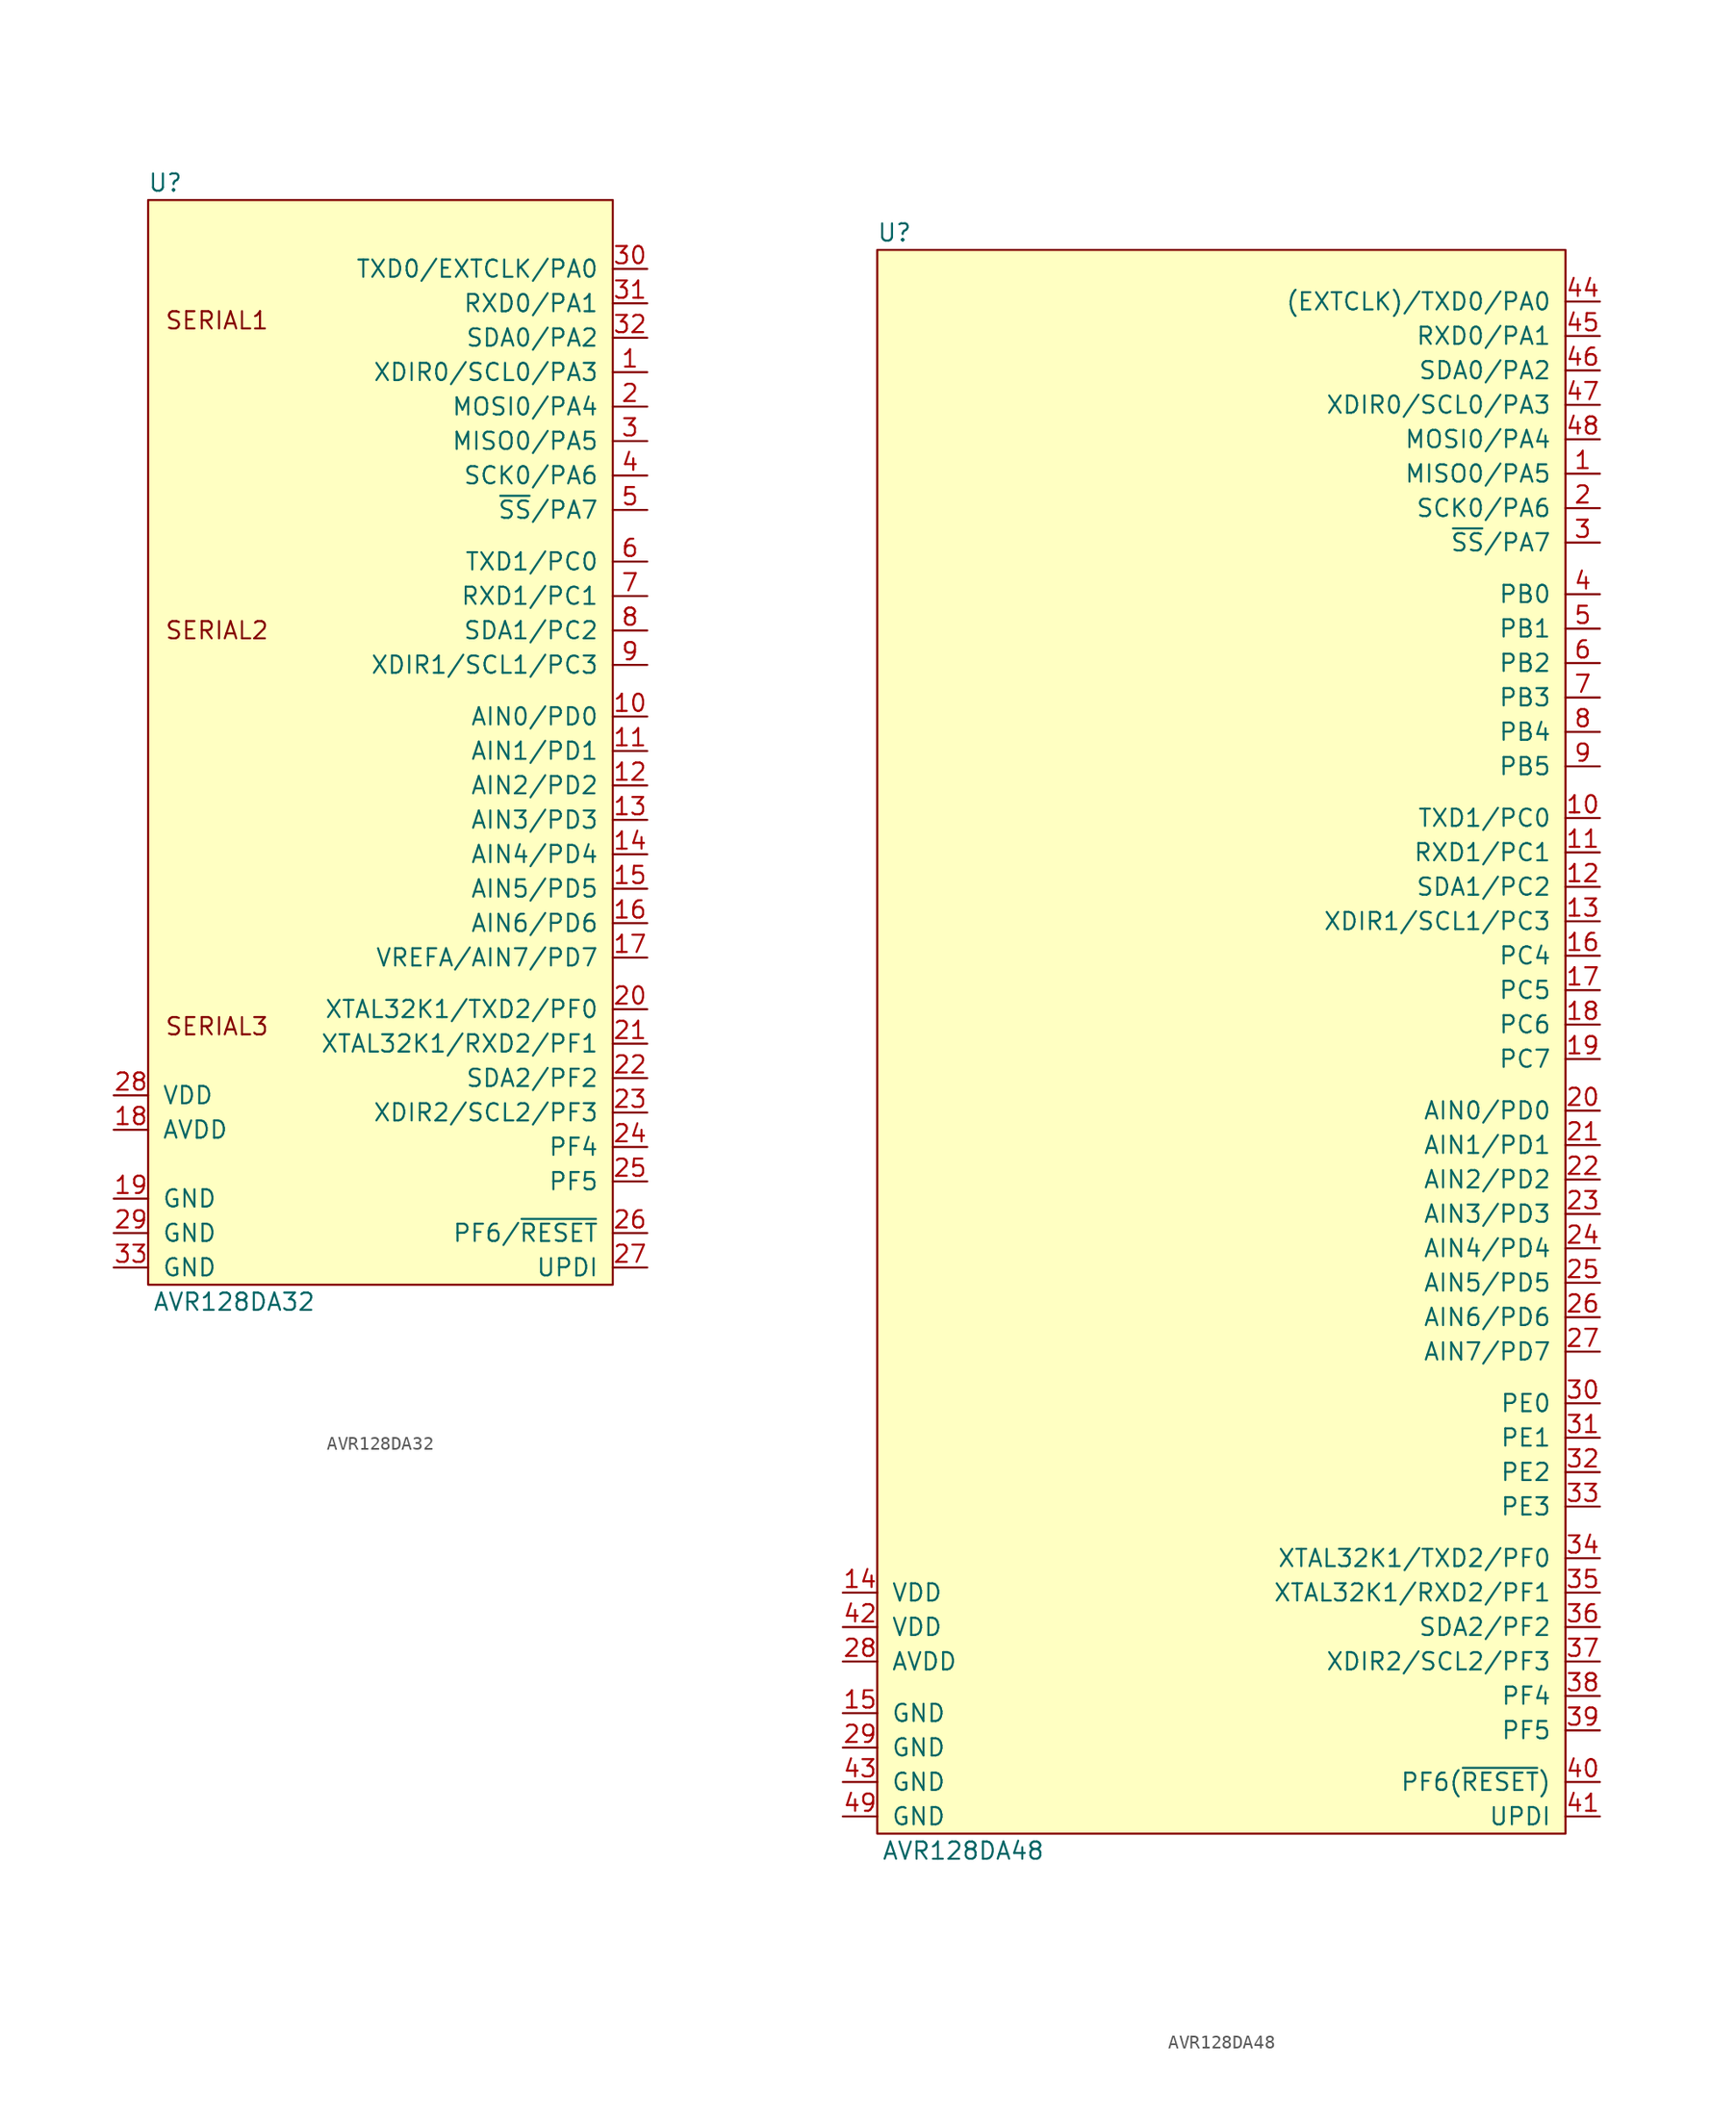
<source format=kicad_sym>
(kicad_symbol_lib
  (version 20211014)
  (generator kicad_symbol_editor)
  (symbol "AVR128DA32"
    (pin_names
      (offset 1.016))
    (property "Reference" "U"
      (at 1.27 81.28 0)
      (effects (font (size 1.27 1.27))))
    (property "Value" "AVR128DA32"
      (at 6.35 -1.27 0)
      (effects (font (size 1.27 1.27))))
    (symbol "AVR128DA32_0_0"
      (text "SERIAL1" (at 5.08 71.12 0) (effects (font (size 1.27 1.27))))
      (text "SERIAL2" (at 5.08 48.26 0) (effects (font (size 1.27 1.27))))
      (text "SERIAL3" (at 5.08 19.05 0) (effects (font (size 1.27 1.27)))))
    (symbol "AVR128DA32_0_1"
      (rectangle (start 0 0) (end 34.29 80.01) (stroke (width 0) (type default) (color 0 0 0 0)) (fill (type background))))
    (symbol "AVR128DA32_1_1"
      (pin bidirectional line (at 36.83 67.31 180) (length 2.54) (name "XDIR0/SCL0/PA3" (effects (font (size 1.27 1.27)))) (number "1" (effects (font (size 1.27 1.27)))))
      (pin bidirectional line (at 36.83 41.91 180) (length 2.54) (name "AIN0/PD0" (effects (font (size 1.27 1.27)))) (number "10" (effects (font (size 1.27 1.27)))))
      (pin bidirectional line (at 36.83 39.37 180) (length 2.54) (name "AIN1/PD1" (effects (font (size 1.27 1.27)))) (number "11" (effects (font (size 1.27 1.27)))))
      (pin bidirectional line (at 36.83 36.83 180) (length 2.54) (name "AIN2/PD2" (effects (font (size 1.27 1.27)))) (number "12" (effects (font (size 1.27 1.27)))))
      (pin bidirectional line (at 36.83 34.29 180) (length 2.54) (name "AIN3/PD3" (effects (font (size 1.27 1.27)))) (number "13" (effects (font (size 1.27 1.27)))))
      (pin bidirectional line (at 36.83 31.75 180) (length 2.54) (name "AIN4/PD4" (effects (font (size 1.27 1.27)))) (number "14" (effects (font (size 1.27 1.27)))))
      (pin bidirectional line (at 36.83 29.21 180) (length 2.54) (name "AIN5/PD5" (effects (font (size 1.27 1.27)))) (number "15" (effects (font (size 1.27 1.27)))))
      (pin bidirectional line (at 36.83 26.67 180) (length 2.54) (name "AIN6/PD6" (effects (font (size 1.27 1.27)))) (number "16" (effects (font (size 1.27 1.27)))))
      (pin bidirectional line (at 36.83 24.13 180) (length 2.54) (name "VREFA/AIN7/PD7" (effects (font (size 1.27 1.27)))) (number "17" (effects (font (size 1.27 1.27)))))
      (pin power_in line (at -2.54 11.43 0) (length 2.54) (name "AVDD" (effects (font (size 1.27 1.27)))) (number "18" (effects (font (size 1.27 1.27)))))
      (pin power_in line (at -2.54 6.35 0) (length 2.54) (name "GND" (effects (font (size 1.27 1.27)))) (number "19" (effects (font (size 1.27 1.27)))))
      (pin bidirectional line (at 36.83 64.77 180) (length 2.54) (name "MOSI0/PA4" (effects (font (size 1.27 1.27)))) (number "2" (effects (font (size 1.27 1.27)))))
      (pin bidirectional line (at 36.83 20.32 180) (length 2.54) (name "XTAL32K1/TXD2/PF0" (effects (font (size 1.27 1.27)))) (number "20" (effects (font (size 1.27 1.27)))))
      (pin bidirectional line (at 36.83 17.78 180) (length 2.54) (name "XTAL32K1/RXD2/PF1" (effects (font (size 1.27 1.27)))) (number "21" (effects (font (size 1.27 1.27)))))
      (pin bidirectional line (at 36.83 15.24 180) (length 2.54) (name "SDA2/PF2" (effects (font (size 1.27 1.27)))) (number "22" (effects (font (size 1.27 1.27)))))
      (pin bidirectional line (at 36.83 12.7 180) (length 2.54) (name "XDIR2/SCL2/PF3" (effects (font (size 1.27 1.27)))) (number "23" (effects (font (size 1.27 1.27)))))
      (pin bidirectional line (at 36.83 10.16 180) (length 2.54) (name "PF4" (effects (font (size 1.27 1.27)))) (number "24" (effects (font (size 1.27 1.27)))))
      (pin bidirectional line (at 36.83 7.62 180) (length 2.54) (name "PF5" (effects (font (size 1.27 1.27)))) (number "25" (effects (font (size 1.27 1.27)))))
      (pin input line (at 36.83 3.81 180) (length 2.54) (name "PF6/~{RESET}" (effects (font (size 1.27 1.27)))) (number "26" (effects (font (size 1.27 1.27)))))
      (pin input line (at 36.83 1.27 180) (length 2.54) (name "UPDI" (effects (font (size 1.27 1.27)))) (number "27" (effects (font (size 1.27 1.27)))))
      (pin power_in line (at -2.54 13.97 0) (length 2.54) (name "VDD" (effects (font (size 1.27 1.27)))) (number "28" (effects (font (size 1.27 1.27)))))
      (pin power_in line (at -2.54 3.81 0) (length 2.54) (name "GND" (effects (font (size 1.27 1.27)))) (number "29" (effects (font (size 1.27 1.27)))))
      (pin bidirectional line (at 36.83 62.23 180) (length 2.54) (name "MISO0/PA5" (effects (font (size 1.27 1.27)))) (number "3" (effects (font (size 1.27 1.27)))))
      (pin bidirectional line (at 36.83 74.93 180) (length 2.54) (name "TXD0/EXTCLK/PA0" (effects (font (size 1.27 1.27)))) (number "30" (effects (font (size 1.27 1.27)))))
      (pin bidirectional line (at 36.83 72.39 180) (length 2.54) (name "RXD0/PA1" (effects (font (size 1.27 1.27)))) (number "31" (effects (font (size 1.27 1.27)))))
      (pin bidirectional line (at 36.83 69.85 180) (length 2.54) (name "SDA0/PA2" (effects (font (size 1.27 1.27)))) (number "32" (effects (font (size 1.27 1.27)))))
      (pin power_in line (at -2.54 1.27 0) (length 2.54) (name "GND" (effects (font (size 1.27 1.27)))) (number "33" (effects (font (size 1.27 1.27)))))
      (pin bidirectional line (at 36.83 59.69 180) (length 2.54) (name "SCK0/PA6" (effects (font (size 1.27 1.27)))) (number "4" (effects (font (size 1.27 1.27)))))
      (pin bidirectional line (at 36.83 57.15 180) (length 2.54) (name "~{SS}/PA7" (effects (font (size 1.27 1.27)))) (number "5" (effects (font (size 1.27 1.27)))))
      (pin bidirectional line (at 36.83 53.34 180) (length 2.54) (name "TXD1/PC0" (effects (font (size 1.27 1.27)))) (number "6" (effects (font (size 1.27 1.27)))))
      (pin bidirectional line (at 36.83 50.8 180) (length 2.54) (name "RXD1/PC1" (effects (font (size 1.27 1.27)))) (number "7" (effects (font (size 1.27 1.27)))))
      (pin bidirectional line (at 36.83 48.26 180) (length 2.54) (name "SDA1/PC2" (effects (font (size 1.27 1.27)))) (number "8" (effects (font (size 1.27 1.27)))))
      (pin bidirectional line (at 36.83 45.72 180) (length 2.54) (name "XDIR1/SCL1/PC3" (effects (font (size 1.27 1.27)))) (number "9" (effects (font (size 1.27 1.27)))))))
  (symbol "AVR128DA48"
    (pin_names
      (offset 1.016))
    (property "Reference" "U"
      (at 1.27 118.11 0)
      (effects (font (size 1.27 1.27))))
    (property "Value" "AVR128DA48"
      (at 6.35 -1.27 0)
      (effects (font (size 1.27 1.27))))
    (symbol "AVR128DA48_0_1"
      (rectangle (start 0 116.84) (end 50.8 0) (stroke (width 0) (type default) (color 0 0 0 0)) (fill (type background))))
    (symbol "AVR128DA48_1_1"
      (pin bidirectional line (at 53.34 100.33 180) (length 2.54) (name "MISO0/PA5" (effects (font (size 1.27 1.27)))) (number "1" (effects (font (size 1.27 1.27)))))
      (pin bidirectional line (at 53.34 74.93 180) (length 2.54) (name "TXD1/PC0" (effects (font (size 1.27 1.27)))) (number "10" (effects (font (size 1.27 1.27)))))
      (pin bidirectional line (at 53.34 72.39 180) (length 2.54) (name "RXD1/PC1" (effects (font (size 1.27 1.27)))) (number "11" (effects (font (size 1.27 1.27)))))
      (pin bidirectional line (at 53.34 69.85 180) (length 2.54) (name "SDA1/PC2" (effects (font (size 1.27 1.27)))) (number "12" (effects (font (size 1.27 1.27)))))
      (pin bidirectional line (at 53.34 67.31 180) (length 2.54) (name "XDIR1/SCL1/PC3" (effects (font (size 1.27 1.27)))) (number "13" (effects (font (size 1.27 1.27)))))
      (pin power_in line (at -2.54 17.78 0) (length 2.54) (name "VDD" (effects (font (size 1.27 1.27)))) (number "14" (effects (font (size 1.27 1.27)))))
      (pin power_in line (at -2.54 8.89 0) (length 2.54) (name "GND" (effects (font (size 1.27 1.27)))) (number "15" (effects (font (size 1.27 1.27)))))
      (pin bidirectional line (at 53.34 64.77 180) (length 2.54) (name "PC4" (effects (font (size 1.27 1.27)))) (number "16" (effects (font (size 1.27 1.27)))))
      (pin bidirectional line (at 53.34 62.23 180) (length 2.54) (name "PC5" (effects (font (size 1.27 1.27)))) (number "17" (effects (font (size 1.27 1.27)))))
      (pin bidirectional line (at 53.34 59.69 180) (length 2.54) (name "PC6" (effects (font (size 1.27 1.27)))) (number "18" (effects (font (size 1.27 1.27)))))
      (pin bidirectional line (at 53.34 57.15 180) (length 2.54) (name "PC7" (effects (font (size 1.27 1.27)))) (number "19" (effects (font (size 1.27 1.27)))))
      (pin bidirectional line (at 53.34 97.79 180) (length 2.54) (name "SCK0/PA6" (effects (font (size 1.27 1.27)))) (number "2" (effects (font (size 1.27 1.27)))))
      (pin bidirectional line (at 53.34 53.34 180) (length 2.54) (name "AIN0/PD0" (effects (font (size 1.27 1.27)))) (number "20" (effects (font (size 1.27 1.27)))))
      (pin bidirectional line (at 53.34 50.8 180) (length 2.54) (name "AIN1/PD1" (effects (font (size 1.27 1.27)))) (number "21" (effects (font (size 1.27 1.27)))))
      (pin bidirectional line (at 53.34 48.26 180) (length 2.54) (name "AIN2/PD2" (effects (font (size 1.27 1.27)))) (number "22" (effects (font (size 1.27 1.27)))))
      (pin bidirectional line (at 53.34 45.72 180) (length 2.54) (name "AIN3/PD3" (effects (font (size 1.27 1.27)))) (number "23" (effects (font (size 1.27 1.27)))))
      (pin bidirectional line (at 53.34 43.18 180) (length 2.54) (name "AIN4/PD4" (effects (font (size 1.27 1.27)))) (number "24" (effects (font (size 1.27 1.27)))))
      (pin bidirectional line (at 53.34 40.64 180) (length 2.54) (name "AIN5/PD5" (effects (font (size 1.27 1.27)))) (number "25" (effects (font (size 1.27 1.27)))))
      (pin bidirectional line (at 53.34 38.1 180) (length 2.54) (name "AIN6/PD6" (effects (font (size 1.27 1.27)))) (number "26" (effects (font (size 1.27 1.27)))))
      (pin bidirectional line (at 53.34 35.56 180) (length 2.54) (name "AIN7/PD7" (effects (font (size 1.27 1.27)))) (number "27" (effects (font (size 1.27 1.27)))))
      (pin power_in line (at -2.54 12.7 0) (length 2.54) (name "AVDD" (effects (font (size 1.27 1.27)))) (number "28" (effects (font (size 1.27 1.27)))))
      (pin power_in line (at -2.54 6.35 0) (length 2.54) (name "GND" (effects (font (size 1.27 1.27)))) (number "29" (effects (font (size 1.27 1.27)))))
      (pin bidirectional line (at 53.34 95.25 180) (length 2.54) (name "~{SS}/PA7" (effects (font (size 1.27 1.27)))) (number "3" (effects (font (size 1.27 1.27)))))
      (pin bidirectional line (at 53.34 31.75 180) (length 2.54) (name "PE0" (effects (font (size 1.27 1.27)))) (number "30" (effects (font (size 1.27 1.27)))))
      (pin bidirectional line (at 53.34 29.21 180) (length 2.54) (name "PE1" (effects (font (size 1.27 1.27)))) (number "31" (effects (font (size 1.27 1.27)))))
      (pin bidirectional line (at 53.34 26.67 180) (length 2.54) (name "PE2" (effects (font (size 1.27 1.27)))) (number "32" (effects (font (size 1.27 1.27)))))
      (pin bidirectional line (at 53.34 24.13 180) (length 2.54) (name "PE3" (effects (font (size 1.27 1.27)))) (number "33" (effects (font (size 1.27 1.27)))))
      (pin bidirectional line (at 53.34 20.32 180) (length 2.54) (name "XTAL32K1/TXD2/PF0" (effects (font (size 1.27 1.27)))) (number "34" (effects (font (size 1.27 1.27)))))
      (pin bidirectional line (at 53.34 17.78 180) (length 2.54) (name "XTAL32K1/RXD2/PF1" (effects (font (size 1.27 1.27)))) (number "35" (effects (font (size 1.27 1.27)))))
      (pin bidirectional line (at 53.34 15.24 180) (length 2.54) (name "SDA2/PF2" (effects (font (size 1.27 1.27)))) (number "36" (effects (font (size 1.27 1.27)))))
      (pin bidirectional line (at 53.34 12.7 180) (length 2.54) (name "XDIR2/SCL2/PF3" (effects (font (size 1.27 1.27)))) (number "37" (effects (font (size 1.27 1.27)))))
      (pin bidirectional line (at 53.34 10.16 180) (length 2.54) (name "PF4" (effects (font (size 1.27 1.27)))) (number "38" (effects (font (size 1.27 1.27)))))
      (pin bidirectional line (at 53.34 7.62 180) (length 2.54) (name "PF5" (effects (font (size 1.27 1.27)))) (number "39" (effects (font (size 1.27 1.27)))))
      (pin bidirectional line (at 53.34 91.44 180) (length 2.54) (name "PB0" (effects (font (size 1.27 1.27)))) (number "4" (effects (font (size 1.27 1.27)))))
      (pin bidirectional line (at 53.34 3.81 180) (length 2.54) (name "PF6(~{RESET})" (effects (font (size 1.27 1.27)))) (number "40" (effects (font (size 1.27 1.27)))))
      (pin bidirectional line (at 53.34 1.27 180) (length 2.54) (name "UPDI" (effects (font (size 1.27 1.27)))) (number "41" (effects (font (size 1.27 1.27)))))
      (pin power_in line (at -2.54 15.24 0) (length 2.54) (name "VDD" (effects (font (size 1.27 1.27)))) (number "42" (effects (font (size 1.27 1.27)))))
      (pin power_in line (at -2.54 3.81 0) (length 2.54) (name "GND" (effects (font (size 1.27 1.27)))) (number "43" (effects (font (size 1.27 1.27)))))
      (pin bidirectional line (at 53.34 113.03 180) (length 2.54) (name "(EXTCLK)/TXD0/PA0" (effects (font (size 1.27 1.27)))) (number "44" (effects (font (size 1.27 1.27)))))
      (pin bidirectional line (at 53.34 110.49 180) (length 2.54) (name "RXD0/PA1" (effects (font (size 1.27 1.27)))) (number "45" (effects (font (size 1.27 1.27)))))
      (pin bidirectional line (at 53.34 107.95 180) (length 2.54) (name "SDA0/PA2" (effects (font (size 1.27 1.27)))) (number "46" (effects (font (size 1.27 1.27)))))
      (pin bidirectional line (at 53.34 105.41 180) (length 2.54) (name "XDIR0/SCL0/PA3" (effects (font (size 1.27 1.27)))) (number "47" (effects (font (size 1.27 1.27)))))
      (pin bidirectional line (at 53.34 102.87 180) (length 2.54) (name "MOSI0/PA4" (effects (font (size 1.27 1.27)))) (number "48" (effects (font (size 1.27 1.27)))))
      (pin power_in line (at -2.54 1.27 0) (length 2.54) (name "GND" (effects (font (size 1.27 1.27)))) (number "49" (effects (font (size 1.27 1.27)))))
      (pin bidirectional line (at 53.34 88.9 180) (length 2.54) (name "PB1" (effects (font (size 1.27 1.27)))) (number "5" (effects (font (size 1.27 1.27)))))
      (pin bidirectional line (at 53.34 86.36 180) (length 2.54) (name "PB2" (effects (font (size 1.27 1.27)))) (number "6" (effects (font (size 1.27 1.27)))))
      (pin bidirectional line (at 53.34 83.82 180) (length 2.54) (name "PB3" (effects (font (size 1.27 1.27)))) (number "7" (effects (font (size 1.27 1.27)))))
      (pin bidirectional line (at 53.34 81.28 180) (length 2.54) (name "PB4" (effects (font (size 1.27 1.27)))) (number "8" (effects (font (size 1.27 1.27)))))
      (pin bidirectional line (at 53.34 78.74 180) (length 2.54) (name "PB5" (effects (font (size 1.27 1.27)))) (number "9" (effects (font (size 1.27 1.27))))))))
</source>
